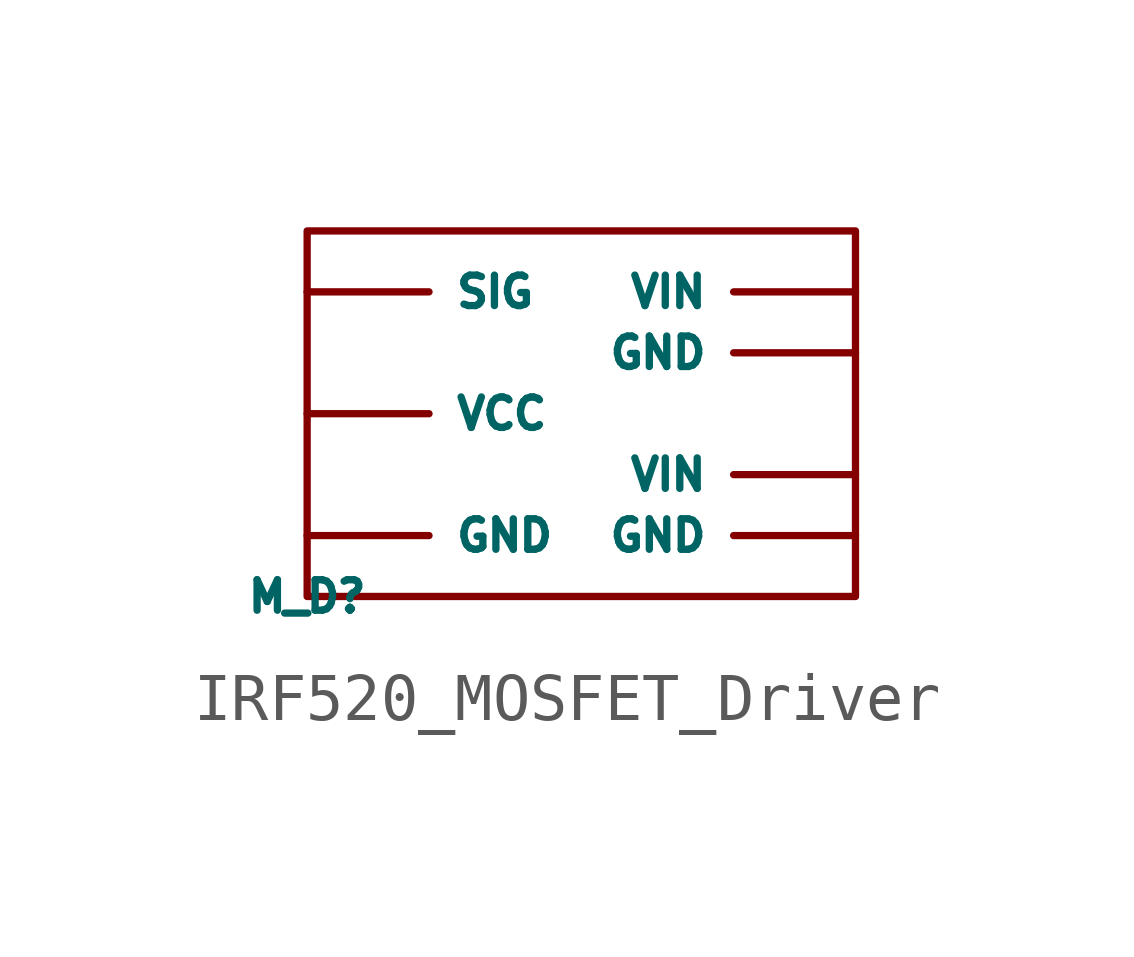
<source format=kicad_sym>
(kicad_symbol_lib
  (version 20231120)
  (generator "kicad_symbol_editor")
  (generator_version "8.0")
  (symbol "IRF520_MOSFET_Driver"
    (property "Reference" "M_D"
      (at 0 0 0)
      (effects (font (size 0.635 0.635))))
    (property "Value" ""
      (at 0 0 0)
      (effects (font (size 1.27 1.27))))
    (symbol "IRF520_MOSFET_Driver_0_1"
      (rectangle (start 0 7.62) (end 11.43 0) (stroke (width 0) (type default)) (fill (type none))))
    (symbol "IRF520_MOSFET_Driver_1_1"
      (pin input line (at 0 1.27 0) (length 2.54) (name "GND" (effects (font (size 0.635 0.635)))) (number "" (effects (font (size 0.635 0.635)))))
      (pin output line (at 11.43 1.27 180) (length 2.54) (name "GND" (effects (font (size 0.635 0.635)))) (number "" (effects (font (size 0.635 0.635)))))
      (pin output line (at 11.43 5.08 180) (length 2.54) (name "GND" (effects (font (size 0.635 0.635)))) (number "" (effects (font (size 0.635 0.635)))))
      (pin input line (at 0 6.35 0) (length 2.54) (name "SIG" (effects (font (size 0.635 0.635)))) (number "" (effects (font (size 0.635 0.635)))))
      (pin input line (at 0 3.81 0) (length 2.54) (name "VCC" (effects (font (size 0.635 0.635)))) (number "" (effects (font (size 0.635 0.635)))))
      (pin input line (at 11.43 2.54 180) (length 2.54) (name "VIN" (effects (font (size 0.635 0.635)))) (number "" (effects (font (size 0.635 0.635)))))
      (pin input line (at 11.43 6.35 180) (length 2.54) (name "VIN" (effects (font (size 0.635 0.635)))) (number "" (effects (font (size 0.635 0.635))))))))
</source>
